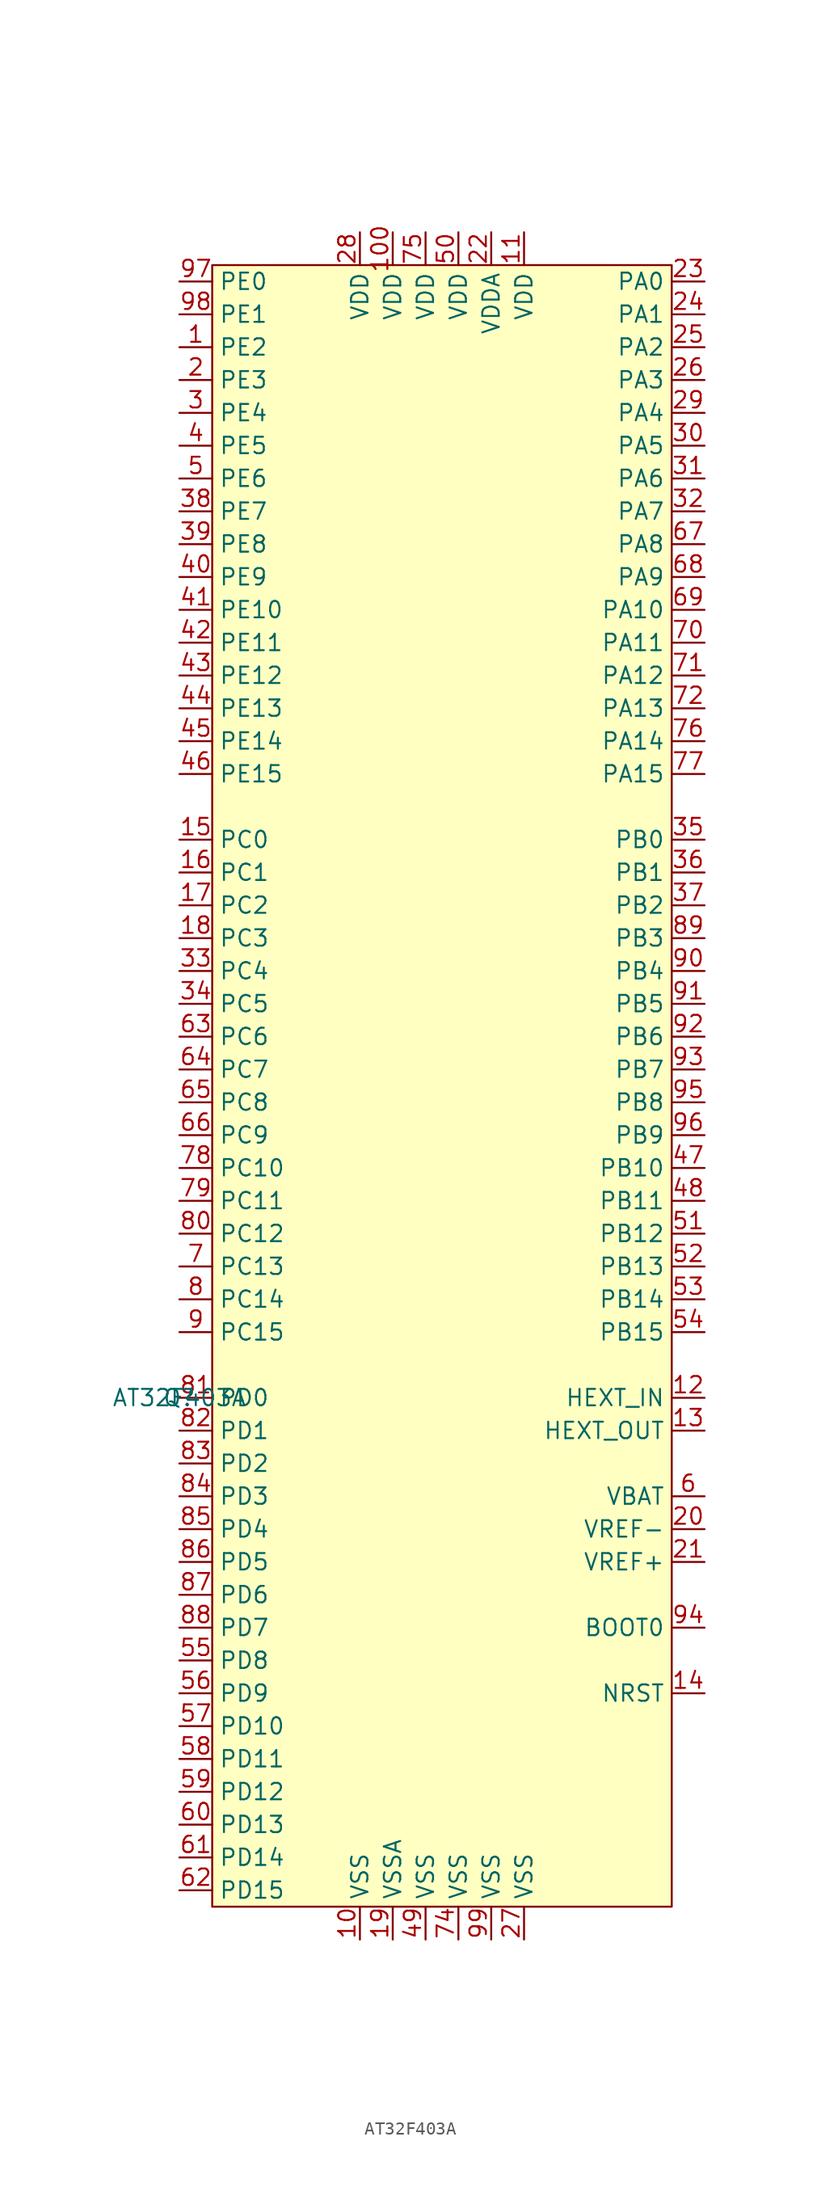
<source format=kicad_sym>
(kicad_symbol_lib
  (version 20231120)
  (generator "kicad_symbol_editor")
  (generator_version "8.0")
  (symbol "AT32F403A"
    (property "Reference" "Q"
      (at -20.32 0 0)
      (effects (font (size 1.27 1.27))))
    (property "Value" "AT32F403A"
      (at -20.32 0 0)
      (effects (font (size 1.27 1.27))))
    (symbol "AT32F403A_1_1"
      (rectangle (start -17.78 87.63) (end 17.78 -39.37) (stroke (width 0) (type default)) (fill (type background)))
      (pin bidirectional line (at -20.32 81.28 0) (length 2.54) (name "PE2" (effects (font (size 1.27 1.27)))) (number "1" (effects (font (size 1.27 1.27)))))
      (pin power_in line (at -6.35 -41.91 90) (length 2.54) (name "VSS" (effects (font (size 1.27 1.27)))) (number "10" (effects (font (size 1.27 1.27)))))
      (pin power_in line (at -3.81 90.17 270) (length 2.54) (name "VDD" (effects (font (size 1.27 1.27)))) (number "100" (effects (font (size 1.27 1.27)))))
      (pin power_in line (at 6.35 90.17 270) (length 2.54) (name "VDD" (effects (font (size 1.27 1.27)))) (number "11" (effects (font (size 1.27 1.27)))))
      (pin input line (at 20.32 0 180) (length 2.54) (name "HEXT_IN" (effects (font (size 1.27 1.27)))) (number "12" (effects (font (size 1.27 1.27)))))
      (pin output line (at 20.32 -2.54 180) (length 2.54) (name "HEXT_OUT" (effects (font (size 1.27 1.27)))) (number "13" (effects (font (size 1.27 1.27)))))
      (pin bidirectional line (at 20.32 -22.86 180) (length 2.54) (name "NRST" (effects (font (size 1.27 1.27)))) (number "14" (effects (font (size 1.27 1.27)))))
      (pin bidirectional line (at -20.32 43.18 0) (length 2.54) (name "PC0" (effects (font (size 1.27 1.27)))) (number "15" (effects (font (size 1.27 1.27)))))
      (pin bidirectional line (at -20.32 40.64 0) (length 2.54) (name "PC1" (effects (font (size 1.27 1.27)))) (number "16" (effects (font (size 1.27 1.27)))))
      (pin bidirectional line (at -20.32 38.1 0) (length 2.54) (name "PC2" (effects (font (size 1.27 1.27)))) (number "17" (effects (font (size 1.27 1.27)))))
      (pin bidirectional line (at -20.32 35.56 0) (length 2.54) (name "PC3" (effects (font (size 1.27 1.27)))) (number "18" (effects (font (size 1.27 1.27)))))
      (pin power_in line (at -3.81 -41.91 90) (length 2.54) (name "VSSA" (effects (font (size 1.27 1.27)))) (number "19" (effects (font (size 1.27 1.27)))))
      (pin bidirectional line (at -20.32 78.74 0) (length 2.54) (name "PE3" (effects (font (size 1.27 1.27)))) (number "2" (effects (font (size 1.27 1.27)))))
      (pin power_in line (at 20.32 -10.16 180) (length 2.54) (name "VREF-" (effects (font (size 1.27 1.27)))) (number "20" (effects (font (size 1.27 1.27)))))
      (pin power_in line (at 20.32 -12.7 180) (length 2.54) (name "VREF+" (effects (font (size 1.27 1.27)))) (number "21" (effects (font (size 1.27 1.27)))))
      (pin power_in line (at 3.81 90.17 270) (length 2.54) (name "VDDA" (effects (font (size 1.27 1.27)))) (number "22" (effects (font (size 1.27 1.27)))))
      (pin bidirectional line (at 20.32 86.36 180) (length 2.54) (name "PA0" (effects (font (size 1.27 1.27)))) (number "23" (effects (font (size 1.27 1.27)))))
      (pin bidirectional line (at 20.32 83.82 180) (length 2.54) (name "PA1" (effects (font (size 1.27 1.27)))) (number "24" (effects (font (size 1.27 1.27)))))
      (pin bidirectional line (at 20.32 81.28 180) (length 2.54) (name "PA2" (effects (font (size 1.27 1.27)))) (number "25" (effects (font (size 1.27 1.27)))))
      (pin bidirectional line (at 20.32 78.74 180) (length 2.54) (name "PA3" (effects (font (size 1.27 1.27)))) (number "26" (effects (font (size 1.27 1.27)))))
      (pin power_in line (at 6.35 -41.91 90) (length 2.54) (name "VSS" (effects (font (size 1.27 1.27)))) (number "27" (effects (font (size 1.27 1.27)))))
      (pin power_in line (at -6.35 90.17 270) (length 2.54) (name "VDD" (effects (font (size 1.27 1.27)))) (number "28" (effects (font (size 1.27 1.27)))))
      (pin bidirectional line (at 20.32 76.2 180) (length 2.54) (name "PA4" (effects (font (size 1.27 1.27)))) (number "29" (effects (font (size 1.27 1.27)))))
      (pin bidirectional line (at -20.32 76.2 0) (length 2.54) (name "PE4" (effects (font (size 1.27 1.27)))) (number "3" (effects (font (size 1.27 1.27)))))
      (pin bidirectional line (at 20.32 73.66 180) (length 2.54) (name "PA5" (effects (font (size 1.27 1.27)))) (number "30" (effects (font (size 1.27 1.27)))))
      (pin bidirectional line (at 20.32 71.12 180) (length 2.54) (name "PA6" (effects (font (size 1.27 1.27)))) (number "31" (effects (font (size 1.27 1.27)))))
      (pin bidirectional line (at 20.32 68.58 180) (length 2.54) (name "PA7" (effects (font (size 1.27 1.27)))) (number "32" (effects (font (size 1.27 1.27)))))
      (pin bidirectional line (at -20.32 33.02 0) (length 2.54) (name "PC4" (effects (font (size 1.27 1.27)))) (number "33" (effects (font (size 1.27 1.27)))))
      (pin bidirectional line (at -20.32 30.48 0) (length 2.54) (name "PC5" (effects (font (size 1.27 1.27)))) (number "34" (effects (font (size 1.27 1.27)))))
      (pin bidirectional line (at 20.32 43.18 180) (length 2.54) (name "PB0" (effects (font (size 1.27 1.27)))) (number "35" (effects (font (size 1.27 1.27)))))
      (pin bidirectional line (at 20.32 40.64 180) (length 2.54) (name "PB1" (effects (font (size 1.27 1.27)))) (number "36" (effects (font (size 1.27 1.27)))))
      (pin bidirectional line (at 20.32 38.1 180) (length 2.54) (name "PB2" (effects (font (size 1.27 1.27)))) (number "37" (effects (font (size 1.27 1.27)))))
      (pin bidirectional line (at -20.32 68.58 0) (length 2.54) (name "PE7" (effects (font (size 1.27 1.27)))) (number "38" (effects (font (size 1.27 1.27)))))
      (pin bidirectional line (at -20.32 66.04 0) (length 2.54) (name "PE8" (effects (font (size 1.27 1.27)))) (number "39" (effects (font (size 1.27 1.27)))))
      (pin bidirectional line (at -20.32 73.66 0) (length 2.54) (name "PE5" (effects (font (size 1.27 1.27)))) (number "4" (effects (font (size 1.27 1.27)))))
      (pin bidirectional line (at -20.32 63.5 0) (length 2.54) (name "PE9" (effects (font (size 1.27 1.27)))) (number "40" (effects (font (size 1.27 1.27)))))
      (pin bidirectional line (at -20.32 60.96 0) (length 2.54) (name "PE10" (effects (font (size 1.27 1.27)))) (number "41" (effects (font (size 1.27 1.27)))))
      (pin bidirectional line (at -20.32 58.42 0) (length 2.54) (name "PE11" (effects (font (size 1.27 1.27)))) (number "42" (effects (font (size 1.27 1.27)))))
      (pin bidirectional line (at -20.32 55.88 0) (length 2.54) (name "PE12" (effects (font (size 1.27 1.27)))) (number "43" (effects (font (size 1.27 1.27)))))
      (pin bidirectional line (at -20.32 53.34 0) (length 2.54) (name "PE13" (effects (font (size 1.27 1.27)))) (number "44" (effects (font (size 1.27 1.27)))))
      (pin bidirectional line (at -20.32 50.8 0) (length 2.54) (name "PE14" (effects (font (size 1.27 1.27)))) (number "45" (effects (font (size 1.27 1.27)))))
      (pin bidirectional line (at -20.32 48.26 0) (length 2.54) (name "PE15" (effects (font (size 1.27 1.27)))) (number "46" (effects (font (size 1.27 1.27)))))
      (pin bidirectional line (at 20.32 17.78 180) (length 2.54) (name "PB10" (effects (font (size 1.27 1.27)))) (number "47" (effects (font (size 1.27 1.27)))))
      (pin bidirectional line (at 20.32 15.24 180) (length 2.54) (name "PB11" (effects (font (size 1.27 1.27)))) (number "48" (effects (font (size 1.27 1.27)))))
      (pin power_in line (at -1.27 -41.91 90) (length 2.54) (name "VSS" (effects (font (size 1.27 1.27)))) (number "49" (effects (font (size 1.27 1.27)))))
      (pin bidirectional line (at -20.32 71.12 0) (length 2.54) (name "PE6" (effects (font (size 1.27 1.27)))) (number "5" (effects (font (size 1.27 1.27)))))
      (pin power_in line (at 1.27 90.17 270) (length 2.54) (name "VDD" (effects (font (size 1.27 1.27)))) (number "50" (effects (font (size 1.27 1.27)))))
      (pin bidirectional line (at 20.32 12.7 180) (length 2.54) (name "PB12" (effects (font (size 1.27 1.27)))) (number "51" (effects (font (size 1.27 1.27)))))
      (pin bidirectional line (at 20.32 10.16 180) (length 2.54) (name "PB13" (effects (font (size 1.27 1.27)))) (number "52" (effects (font (size 1.27 1.27)))))
      (pin bidirectional line (at 20.32 7.62 180) (length 2.54) (name "PB14" (effects (font (size 1.27 1.27)))) (number "53" (effects (font (size 1.27 1.27)))))
      (pin bidirectional line (at 20.32 5.08 180) (length 2.54) (name "PB15" (effects (font (size 1.27 1.27)))) (number "54" (effects (font (size 1.27 1.27)))))
      (pin bidirectional line (at -20.32 -20.32 0) (length 2.54) (name "PD8" (effects (font (size 1.27 1.27)))) (number "55" (effects (font (size 1.27 1.27)))))
      (pin bidirectional line (at -20.32 -22.86 0) (length 2.54) (name "PD9" (effects (font (size 1.27 1.27)))) (number "56" (effects (font (size 1.27 1.27)))))
      (pin bidirectional line (at -20.32 -25.4 0) (length 2.54) (name "PD10" (effects (font (size 1.27 1.27)))) (number "57" (effects (font (size 1.27 1.27)))))
      (pin bidirectional line (at -20.32 -27.94 0) (length 2.54) (name "PD11" (effects (font (size 1.27 1.27)))) (number "58" (effects (font (size 1.27 1.27)))))
      (pin bidirectional line (at -20.32 -30.48 0) (length 2.54) (name "PD12" (effects (font (size 1.27 1.27)))) (number "59" (effects (font (size 1.27 1.27)))))
      (pin power_in line (at 20.32 -7.62 180) (length 2.54) (name "VBAT" (effects (font (size 1.27 1.27)))) (number "6" (effects (font (size 1.27 1.27)))))
      (pin bidirectional line (at -20.32 -33.02 0) (length 2.54) (name "PD13" (effects (font (size 1.27 1.27)))) (number "60" (effects (font (size 1.27 1.27)))))
      (pin bidirectional line (at -20.32 -35.56 0) (length 2.54) (name "PD14" (effects (font (size 1.27 1.27)))) (number "61" (effects (font (size 1.27 1.27)))))
      (pin bidirectional line (at -20.32 -38.1 0) (length 2.54) (name "PD15" (effects (font (size 1.27 1.27)))) (number "62" (effects (font (size 1.27 1.27)))))
      (pin bidirectional line (at -20.32 27.94 0) (length 2.54) (name "PC6" (effects (font (size 1.27 1.27)))) (number "63" (effects (font (size 1.27 1.27)))))
      (pin bidirectional line (at -20.32 25.4 0) (length 2.54) (name "PC7" (effects (font (size 1.27 1.27)))) (number "64" (effects (font (size 1.27 1.27)))))
      (pin bidirectional line (at -20.32 22.86 0) (length 2.54) (name "PC8" (effects (font (size 1.27 1.27)))) (number "65" (effects (font (size 1.27 1.27)))))
      (pin bidirectional line (at -20.32 20.32 0) (length 2.54) (name "PC9" (effects (font (size 1.27 1.27)))) (number "66" (effects (font (size 1.27 1.27)))))
      (pin bidirectional line (at 20.32 66.04 180) (length 2.54) (name "PA8" (effects (font (size 1.27 1.27)))) (number "67" (effects (font (size 1.27 1.27)))))
      (pin bidirectional line (at 20.32 63.5 180) (length 2.54) (name "PA9" (effects (font (size 1.27 1.27)))) (number "68" (effects (font (size 1.27 1.27)))))
      (pin bidirectional line (at 20.32 60.96 180) (length 2.54) (name "PA10" (effects (font (size 1.27 1.27)))) (number "69" (effects (font (size 1.27 1.27)))))
      (pin bidirectional line (at -20.32 10.16 0) (length 2.54) (name "PC13" (effects (font (size 1.27 1.27)))) (number "7" (effects (font (size 1.27 1.27)))))
      (pin bidirectional line (at 20.32 58.42 180) (length 2.54) (name "PA11" (effects (font (size 1.27 1.27)))) (number "70" (effects (font (size 1.27 1.27)))))
      (pin bidirectional line (at 20.32 55.88 180) (length 2.54) (name "PA12" (effects (font (size 1.27 1.27)))) (number "71" (effects (font (size 1.27 1.27)))))
      (pin bidirectional line (at 20.32 53.34 180) (length 2.54) (name "PA13" (effects (font (size 1.27 1.27)))) (number "72" (effects (font (size 1.27 1.27)))))
      (pin power_in line (at 1.27 -41.91 90) (length 2.54) (name "VSS" (effects (font (size 1.27 1.27)))) (number "74" (effects (font (size 1.27 1.27)))))
      (pin power_in line (at -1.27 90.17 270) (length 2.54) (name "VDD" (effects (font (size 1.27 1.27)))) (number "75" (effects (font (size 1.27 1.27)))))
      (pin bidirectional line (at 20.32 50.8 180) (length 2.54) (name "PA14" (effects (font (size 1.27 1.27)))) (number "76" (effects (font (size 1.27 1.27)))))
      (pin bidirectional line (at 20.32 48.26 180) (length 2.54) (name "PA15" (effects (font (size 1.27 1.27)))) (number "77" (effects (font (size 1.27 1.27)))))
      (pin bidirectional line (at -20.32 17.78 0) (length 2.54) (name "PC10" (effects (font (size 1.27 1.27)))) (number "78" (effects (font (size 1.27 1.27)))))
      (pin bidirectional line (at -20.32 15.24 0) (length 2.54) (name "PC11" (effects (font (size 1.27 1.27)))) (number "79" (effects (font (size 1.27 1.27)))))
      (pin bidirectional line (at -20.32 7.62 0) (length 2.54) (name "PC14" (effects (font (size 1.27 1.27)))) (number "8" (effects (font (size 1.27 1.27)))))
      (pin bidirectional line (at -20.32 12.7 0) (length 2.54) (name "PC12" (effects (font (size 1.27 1.27)))) (number "80" (effects (font (size 1.27 1.27)))))
      (pin bidirectional line (at -20.32 0 0) (length 2.54) (name "PD0" (effects (font (size 1.27 1.27)))) (number "81" (effects (font (size 1.27 1.27)))))
      (pin bidirectional line (at -20.32 -2.54 0) (length 2.54) (name "PD1" (effects (font (size 1.27 1.27)))) (number "82" (effects (font (size 1.27 1.27)))))
      (pin bidirectional line (at -20.32 -5.08 0) (length 2.54) (name "PD2" (effects (font (size 1.27 1.27)))) (number "83" (effects (font (size 1.27 1.27)))))
      (pin bidirectional line (at -20.32 -7.62 0) (length 2.54) (name "PD3" (effects (font (size 1.27 1.27)))) (number "84" (effects (font (size 1.27 1.27)))))
      (pin bidirectional line (at -20.32 -10.16 0) (length 2.54) (name "PD4" (effects (font (size 1.27 1.27)))) (number "85" (effects (font (size 1.27 1.27)))))
      (pin bidirectional line (at -20.32 -12.7 0) (length 2.54) (name "PD5" (effects (font (size 1.27 1.27)))) (number "86" (effects (font (size 1.27 1.27)))))
      (pin bidirectional line (at -20.32 -15.24 0) (length 2.54) (name "PD6" (effects (font (size 1.27 1.27)))) (number "87" (effects (font (size 1.27 1.27)))))
      (pin bidirectional line (at -20.32 -17.78 0) (length 2.54) (name "PD7" (effects (font (size 1.27 1.27)))) (number "88" (effects (font (size 1.27 1.27)))))
      (pin bidirectional line (at 20.32 35.56 180) (length 2.54) (name "PB3" (effects (font (size 1.27 1.27)))) (number "89" (effects (font (size 1.27 1.27)))))
      (pin bidirectional line (at -20.32 5.08 0) (length 2.54) (name "PC15" (effects (font (size 1.27 1.27)))) (number "9" (effects (font (size 1.27 1.27)))))
      (pin bidirectional line (at 20.32 33.02 180) (length 2.54) (name "PB4" (effects (font (size 1.27 1.27)))) (number "90" (effects (font (size 1.27 1.27)))))
      (pin bidirectional line (at 20.32 30.48 180) (length 2.54) (name "PB5" (effects (font (size 1.27 1.27)))) (number "91" (effects (font (size 1.27 1.27)))))
      (pin bidirectional line (at 20.32 27.94 180) (length 2.54) (name "PB6" (effects (font (size 1.27 1.27)))) (number "92" (effects (font (size 1.27 1.27)))))
      (pin bidirectional line (at 20.32 25.4 180) (length 2.54) (name "PB7" (effects (font (size 1.27 1.27)))) (number "93" (effects (font (size 1.27 1.27)))))
      (pin input line (at 20.32 -17.78 180) (length 2.54) (name "BOOT0" (effects (font (size 1.27 1.27)))) (number "94" (effects (font (size 1.27 1.27)))))
      (pin bidirectional line (at 20.32 22.86 180) (length 2.54) (name "PB8" (effects (font (size 1.27 1.27)))) (number "95" (effects (font (size 1.27 1.27)))))
      (pin bidirectional line (at 20.32 20.32 180) (length 2.54) (name "PB9" (effects (font (size 1.27 1.27)))) (number "96" (effects (font (size 1.27 1.27)))))
      (pin bidirectional line (at -20.32 86.36 0) (length 2.54) (name "PE0" (effects (font (size 1.27 1.27)))) (number "97" (effects (font (size 1.27 1.27)))))
      (pin bidirectional line (at -20.32 83.82 0) (length 2.54) (name "PE1" (effects (font (size 1.27 1.27)))) (number "98" (effects (font (size 1.27 1.27)))))
      (pin power_in line (at 3.81 -41.91 90) (length 2.54) (name "VSS" (effects (font (size 1.27 1.27)))) (number "99" (effects (font (size 1.27 1.27))))))))
</source>
